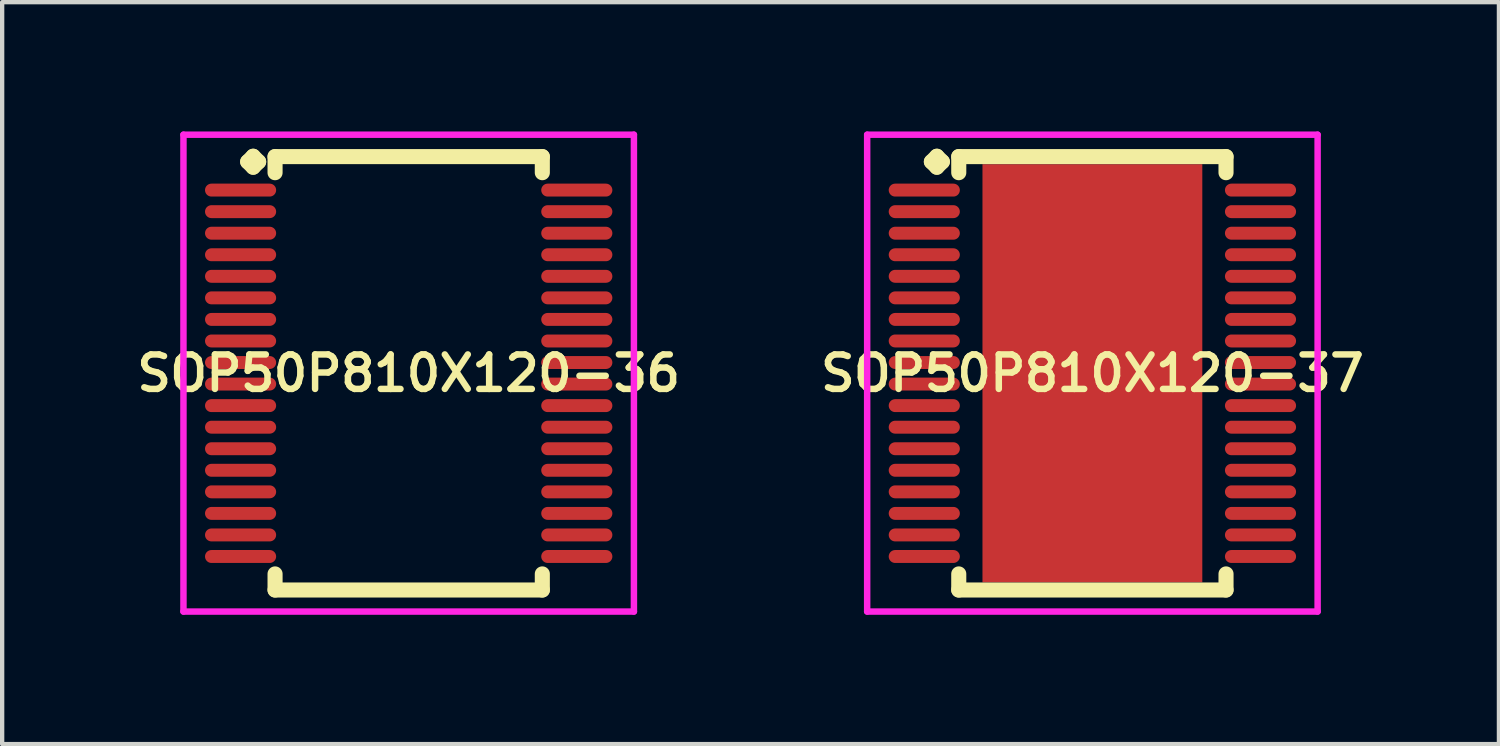
<source format=kicad_pcb>
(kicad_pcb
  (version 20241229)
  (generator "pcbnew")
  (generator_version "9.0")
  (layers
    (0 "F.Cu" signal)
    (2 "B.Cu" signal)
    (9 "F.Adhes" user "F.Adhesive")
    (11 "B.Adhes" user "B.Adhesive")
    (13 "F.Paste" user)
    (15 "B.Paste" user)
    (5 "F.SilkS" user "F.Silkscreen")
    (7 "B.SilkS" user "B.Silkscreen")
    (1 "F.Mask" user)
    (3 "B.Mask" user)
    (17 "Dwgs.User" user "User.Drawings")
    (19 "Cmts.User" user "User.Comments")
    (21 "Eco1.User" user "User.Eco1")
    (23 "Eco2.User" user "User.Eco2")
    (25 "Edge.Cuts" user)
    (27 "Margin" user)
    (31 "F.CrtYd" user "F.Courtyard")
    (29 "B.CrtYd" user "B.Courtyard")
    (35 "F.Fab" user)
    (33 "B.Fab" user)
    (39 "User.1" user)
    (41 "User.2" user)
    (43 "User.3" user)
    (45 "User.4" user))
  (footprint "SOP50P810X120-37"
    (layer "F.Cu")
    (at 22.292 5.61)
    (property "Reference" "SOP50P810X120-37" (at 0 0 0) (layer "F.SilkS") (effects (font (size 0.8 0.8) (thickness 0.15))))
    (attr smd)
    (fp_line (start -3.735 -4.908) (end -3.608 -5.035) (stroke (width 0.35) (type solid)) (layer "F.SilkS"))
    (fp_line (start -3.608 -5.035) (end -3.481 -4.908) (stroke (width 0.35) (type solid)) (layer "F.SilkS"))
    (fp_line (start -3.608 -4.781) (end -3.735 -4.908) (stroke (width 0.35) (type solid)) (layer "F.SilkS"))
    (fp_line (start -3.481 -4.908) (end -3.608 -4.781) (stroke (width 0.35) (type solid)) (layer "F.SilkS"))
    (fp_line (start -3.1 -5.027) (end 3.1 -5.027) (stroke (width 0.35) (type solid)) (layer "F.SilkS"))
    (fp_line (start -3.1 -4.654) (end -3.1 -5.027) (stroke (width 0.35) (type solid)) (layer "F.SilkS"))
    (fp_line (start -3.1 4.654) (end -3.1 5.027) (stroke (width 0.35) (type solid)) (layer "F.SilkS"))
    (fp_line (start -3.1 5.027) (end 3.1 5.027) (stroke (width 0.35) (type solid)) (layer "F.SilkS"))
    (fp_line (start 3.1 -5.027) (end 3.1 -4.654) (stroke (width 0.35) (type solid)) (layer "F.SilkS"))
    (fp_line (start 3.1 5.027) (end 3.1 4.654) (stroke (width 0.35) (type solid)) (layer "F.SilkS"))
    (fp_line (start -5.225 -5.535) (end 5.225 -5.535) (stroke (width 0.15) (type solid)) (layer "F.CrtYd"))
    (fp_line (start -5.225 5.527) (end -5.225 -5.535) (stroke (width 0.15) (type solid)) (layer "F.CrtYd"))
    (fp_line (start 5.225 -5.535) (end 5.225 5.527) (stroke (width 0.15) (type solid)) (layer "F.CrtYd"))
    (fp_line (start 5.225 5.527) (end -5.225 5.527) (stroke (width 0.15) (type solid)) (layer "F.CrtYd"))
    (pad "1" smd oval (at -3.9 -4.25) (size 1.65 0.3) (layers "F.Cu" "F.Mask" "F.Paste"))
    (pad "2" smd oval (at -3.9 -3.75) (size 1.65 0.3) (layers "F.Cu" "F.Mask" "F.Paste"))
    (pad "3" smd oval (at -3.9 -3.25) (size 1.65 0.3) (layers "F.Cu" "F.Mask" "F.Paste"))
    (pad "4" smd oval (at -3.9 -2.75) (size 1.65 0.3) (layers "F.Cu" "F.Mask" "F.Paste"))
    (pad "5" smd oval (at -3.9 -2.25) (size 1.65 0.3) (layers "F.Cu" "F.Mask" "F.Paste"))
    (pad "6" smd oval (at -3.9 -1.75) (size 1.65 0.3) (layers "F.Cu" "F.Mask" "F.Paste"))
    (pad "7" smd oval (at -3.9 -1.25) (size 1.65 0.3) (layers "F.Cu" "F.Mask" "F.Paste"))
    (pad "8" smd oval (at -3.9 -0.75) (size 1.65 0.3) (layers "F.Cu" "F.Mask" "F.Paste"))
    (pad "9" smd oval (at -3.9 -0.25) (size 1.65 0.3) (layers "F.Cu" "F.Mask" "F.Paste"))
    (pad "10" smd oval (at -3.9 0.25) (size 1.65 0.3) (layers "F.Cu" "F.Mask" "F.Paste"))
    (pad "11" smd oval (at -3.9 0.75) (size 1.65 0.3) (layers "F.Cu" "F.Mask" "F.Paste"))
    (pad "12" smd oval (at -3.9 1.25) (size 1.65 0.3) (layers "F.Cu" "F.Mask" "F.Paste"))
    (pad "13" smd oval (at -3.9 1.75) (size 1.65 0.3) (layers "F.Cu" "F.Mask" "F.Paste"))
    (pad "14" smd oval (at -3.9 2.25) (size 1.65 0.3) (layers "F.Cu" "F.Mask" "F.Paste"))
    (pad "15" smd oval (at -3.9 2.75) (size 1.65 0.3) (layers "F.Cu" "F.Mask" "F.Paste"))
    (pad "16" smd oval (at -3.9 3.25) (size 1.65 0.3) (layers "F.Cu" "F.Mask" "F.Paste"))
    (pad "17" smd oval (at -3.9 3.75) (size 1.65 0.3) (layers "F.Cu" "F.Mask" "F.Paste"))
    (pad "18" smd oval (at -3.9 4.25) (size 1.65 0.3) (layers "F.Cu" "F.Mask" "F.Paste"))
    (pad "19" smd oval (at 3.9 4.25) (size 1.65 0.3) (layers "F.Cu" "F.Mask" "F.Paste"))
    (pad "20" smd oval (at 3.9 3.75) (size 1.65 0.3) (layers "F.Cu" "F.Mask" "F.Paste"))
    (pad "21" smd oval (at 3.9 3.25) (size 1.65 0.3) (layers "F.Cu" "F.Mask" "F.Paste"))
    (pad "22" smd oval (at 3.9 2.75) (size 1.65 0.3) (layers "F.Cu" "F.Mask" "F.Paste"))
    (pad "23" smd oval (at 3.9 2.25) (size 1.65 0.3) (layers "F.Cu" "F.Mask" "F.Paste"))
    (pad "24" smd oval (at 3.9 1.75) (size 1.65 0.3) (layers "F.Cu" "F.Mask" "F.Paste"))
    (pad "25" smd oval (at 3.9 1.25) (size 1.65 0.3) (layers "F.Cu" "F.Mask" "F.Paste"))
    (pad "26" smd oval (at 3.9 0.75) (size 1.65 0.3) (layers "F.Cu" "F.Mask" "F.Paste"))
    (pad "27" smd oval (at 3.9 0.25) (size 1.65 0.3) (layers "F.Cu" "F.Mask" "F.Paste"))
    (pad "28" smd oval (at 3.9 -0.25) (size 1.65 0.3) (layers "F.Cu" "F.Mask" "F.Paste"))
    (pad "29" smd oval (at 3.9 -0.75) (size 1.65 0.3) (layers "F.Cu" "F.Mask" "F.Paste"))
    (pad "30" smd oval (at 3.9 -1.25) (size 1.65 0.3) (layers "F.Cu" "F.Mask" "F.Paste"))
    (pad "31" smd oval (at 3.9 -1.75) (size 1.65 0.3) (layers "F.Cu" "F.Mask" "F.Paste"))
    (pad "32" smd oval (at 3.9 -2.25) (size 1.65 0.3) (layers "F.Cu" "F.Mask" "F.Paste"))
    (pad "33" smd oval (at 3.9 -2.75) (size 1.65 0.3) (layers "F.Cu" "F.Mask" "F.Paste"))
    (pad "34" smd oval (at 3.9 -3.25) (size 1.65 0.3) (layers "F.Cu" "F.Mask" "F.Paste"))
    (pad "35" smd oval (at 3.9 -3.75) (size 1.65 0.3) (layers "F.Cu" "F.Mask" "F.Paste"))
    (pad "36" smd oval (at 3.9 -4.25) (size 1.65 0.3) (layers "F.Cu" "F.Mask" "F.Paste"))
    (pad "37" smd rect (at 0 0) (size 5.1 9.7) (layers "F.Cu" "F.Mask" "F.Paste")))
  (footprint "SOP50P810X120-36"
    (layer "F.Cu")
    (at 6.431 5.61)
    (property "Reference" "SOP50P810X120-36" (at 0 0 0) (layer "F.SilkS") (effects (font (size 0.8 0.8) (thickness 0.15))))
    (attr smd)
    (fp_line (start -3.735 -4.908) (end -3.608 -5.035) (stroke (width 0.35) (type solid)) (layer "F.SilkS"))
    (fp_line (start -3.608 -5.035) (end -3.481 -4.908) (stroke (width 0.35) (type solid)) (layer "F.SilkS"))
    (fp_line (start -3.608 -4.781) (end -3.735 -4.908) (stroke (width 0.35) (type solid)) (layer "F.SilkS"))
    (fp_line (start -3.481 -4.908) (end -3.608 -4.781) (stroke (width 0.35) (type solid)) (layer "F.SilkS"))
    (fp_line (start -3.1 -5.027) (end 3.1 -5.027) (stroke (width 0.35) (type solid)) (layer "F.SilkS"))
    (fp_line (start -3.1 -4.654) (end -3.1 -5.027) (stroke (width 0.35) (type solid)) (layer "F.SilkS"))
    (fp_line (start -3.1 4.654) (end -3.1 5.027) (stroke (width 0.35) (type solid)) (layer "F.SilkS"))
    (fp_line (start -3.1 5.027) (end 3.1 5.027) (stroke (width 0.35) (type solid)) (layer "F.SilkS"))
    (fp_line (start 3.1 -5.027) (end 3.1 -4.654) (stroke (width 0.35) (type solid)) (layer "F.SilkS"))
    (fp_line (start 3.1 5.027) (end 3.1 4.654) (stroke (width 0.35) (type solid)) (layer "F.SilkS"))
    (fp_line (start -5.225 -5.535) (end 5.225 -5.535) (stroke (width 0.15) (type solid)) (layer "F.CrtYd"))
    (fp_line (start -5.225 5.527) (end -5.225 -5.535) (stroke (width 0.15) (type solid)) (layer "F.CrtYd"))
    (fp_line (start 5.225 -5.535) (end 5.225 5.527) (stroke (width 0.15) (type solid)) (layer "F.CrtYd"))
    (fp_line (start 5.225 5.527) (end -5.225 5.527) (stroke (width 0.15) (type solid)) (layer "F.CrtYd"))
    (pad "1" smd oval (at -3.9 -4.25) (size 1.65 0.3) (layers "F.Cu" "F.Mask" "F.Paste"))
    (pad "2" smd oval (at -3.9 -3.75) (size 1.65 0.3) (layers "F.Cu" "F.Mask" "F.Paste"))
    (pad "3" smd oval (at -3.9 -3.25) (size 1.65 0.3) (layers "F.Cu" "F.Mask" "F.Paste"))
    (pad "4" smd oval (at -3.9 -2.75) (size 1.65 0.3) (layers "F.Cu" "F.Mask" "F.Paste"))
    (pad "5" smd oval (at -3.9 -2.25) (size 1.65 0.3) (layers "F.Cu" "F.Mask" "F.Paste"))
    (pad "6" smd oval (at -3.9 -1.75) (size 1.65 0.3) (layers "F.Cu" "F.Mask" "F.Paste"))
    (pad "7" smd oval (at -3.9 -1.25) (size 1.65 0.3) (layers "F.Cu" "F.Mask" "F.Paste"))
    (pad "8" smd oval (at -3.9 -0.75) (size 1.65 0.3) (layers "F.Cu" "F.Mask" "F.Paste"))
    (pad "9" smd oval (at -3.9 -0.25) (size 1.65 0.3) (layers "F.Cu" "F.Mask" "F.Paste"))
    (pad "10" smd oval (at -3.9 0.25) (size 1.65 0.3) (layers "F.Cu" "F.Mask" "F.Paste"))
    (pad "11" smd oval (at -3.9 0.75) (size 1.65 0.3) (layers "F.Cu" "F.Mask" "F.Paste"))
    (pad "12" smd oval (at -3.9 1.25) (size 1.65 0.3) (layers "F.Cu" "F.Mask" "F.Paste"))
    (pad "13" smd oval (at -3.9 1.75) (size 1.65 0.3) (layers "F.Cu" "F.Mask" "F.Paste"))
    (pad "14" smd oval (at -3.9 2.25) (size 1.65 0.3) (layers "F.Cu" "F.Mask" "F.Paste"))
    (pad "15" smd oval (at -3.9 2.75) (size 1.65 0.3) (layers "F.Cu" "F.Mask" "F.Paste"))
    (pad "16" smd oval (at -3.9 3.25) (size 1.65 0.3) (layers "F.Cu" "F.Mask" "F.Paste"))
    (pad "17" smd oval (at -3.9 3.75) (size 1.65 0.3) (layers "F.Cu" "F.Mask" "F.Paste"))
    (pad "18" smd oval (at -3.9 4.25) (size 1.65 0.3) (layers "F.Cu" "F.Mask" "F.Paste"))
    (pad "19" smd oval (at 3.9 4.25) (size 1.65 0.3) (layers "F.Cu" "F.Mask" "F.Paste"))
    (pad "20" smd oval (at 3.9 3.75) (size 1.65 0.3) (layers "F.Cu" "F.Mask" "F.Paste"))
    (pad "21" smd oval (at 3.9 3.25) (size 1.65 0.3) (layers "F.Cu" "F.Mask" "F.Paste"))
    (pad "22" smd oval (at 3.9 2.75) (size 1.65 0.3) (layers "F.Cu" "F.Mask" "F.Paste"))
    (pad "23" smd oval (at 3.9 2.25) (size 1.65 0.3) (layers "F.Cu" "F.Mask" "F.Paste"))
    (pad "24" smd oval (at 3.9 1.75) (size 1.65 0.3) (layers "F.Cu" "F.Mask" "F.Paste"))
    (pad "25" smd oval (at 3.9 1.25) (size 1.65 0.3) (layers "F.Cu" "F.Mask" "F.Paste"))
    (pad "26" smd oval (at 3.9 0.75) (size 1.65 0.3) (layers "F.Cu" "F.Mask" "F.Paste"))
    (pad "27" smd oval (at 3.9 0.25) (size 1.65 0.3) (layers "F.Cu" "F.Mask" "F.Paste"))
    (pad "28" smd oval (at 3.9 -0.25) (size 1.65 0.3) (layers "F.Cu" "F.Mask" "F.Paste"))
    (pad "29" smd oval (at 3.9 -0.75) (size 1.65 0.3) (layers "F.Cu" "F.Mask" "F.Paste"))
    (pad "30" smd oval (at 3.9 -1.25) (size 1.65 0.3) (layers "F.Cu" "F.Mask" "F.Paste"))
    (pad "31" smd oval (at 3.9 -1.75) (size 1.65 0.3) (layers "F.Cu" "F.Mask" "F.Paste"))
    (pad "32" smd oval (at 3.9 -2.25) (size 1.65 0.3) (layers "F.Cu" "F.Mask" "F.Paste"))
    (pad "33" smd oval (at 3.9 -2.75) (size 1.65 0.3) (layers "F.Cu" "F.Mask" "F.Paste"))
    (pad "34" smd oval (at 3.9 -3.25) (size 1.65 0.3) (layers "F.Cu" "F.Mask" "F.Paste"))
    (pad "35" smd oval (at 3.9 -3.75) (size 1.65 0.3) (layers "F.Cu" "F.Mask" "F.Paste"))
    (pad "36" smd oval (at 3.9 -4.25) (size 1.65 0.3) (layers "F.Cu" "F.Mask" "F.Paste")))
  (gr_rect
    (start -3 -3)
    (end 31.723 14.212)
    (stroke (width 0.1) (type default))
    (fill no)
    (layer "Edge.Cuts")))
</source>
